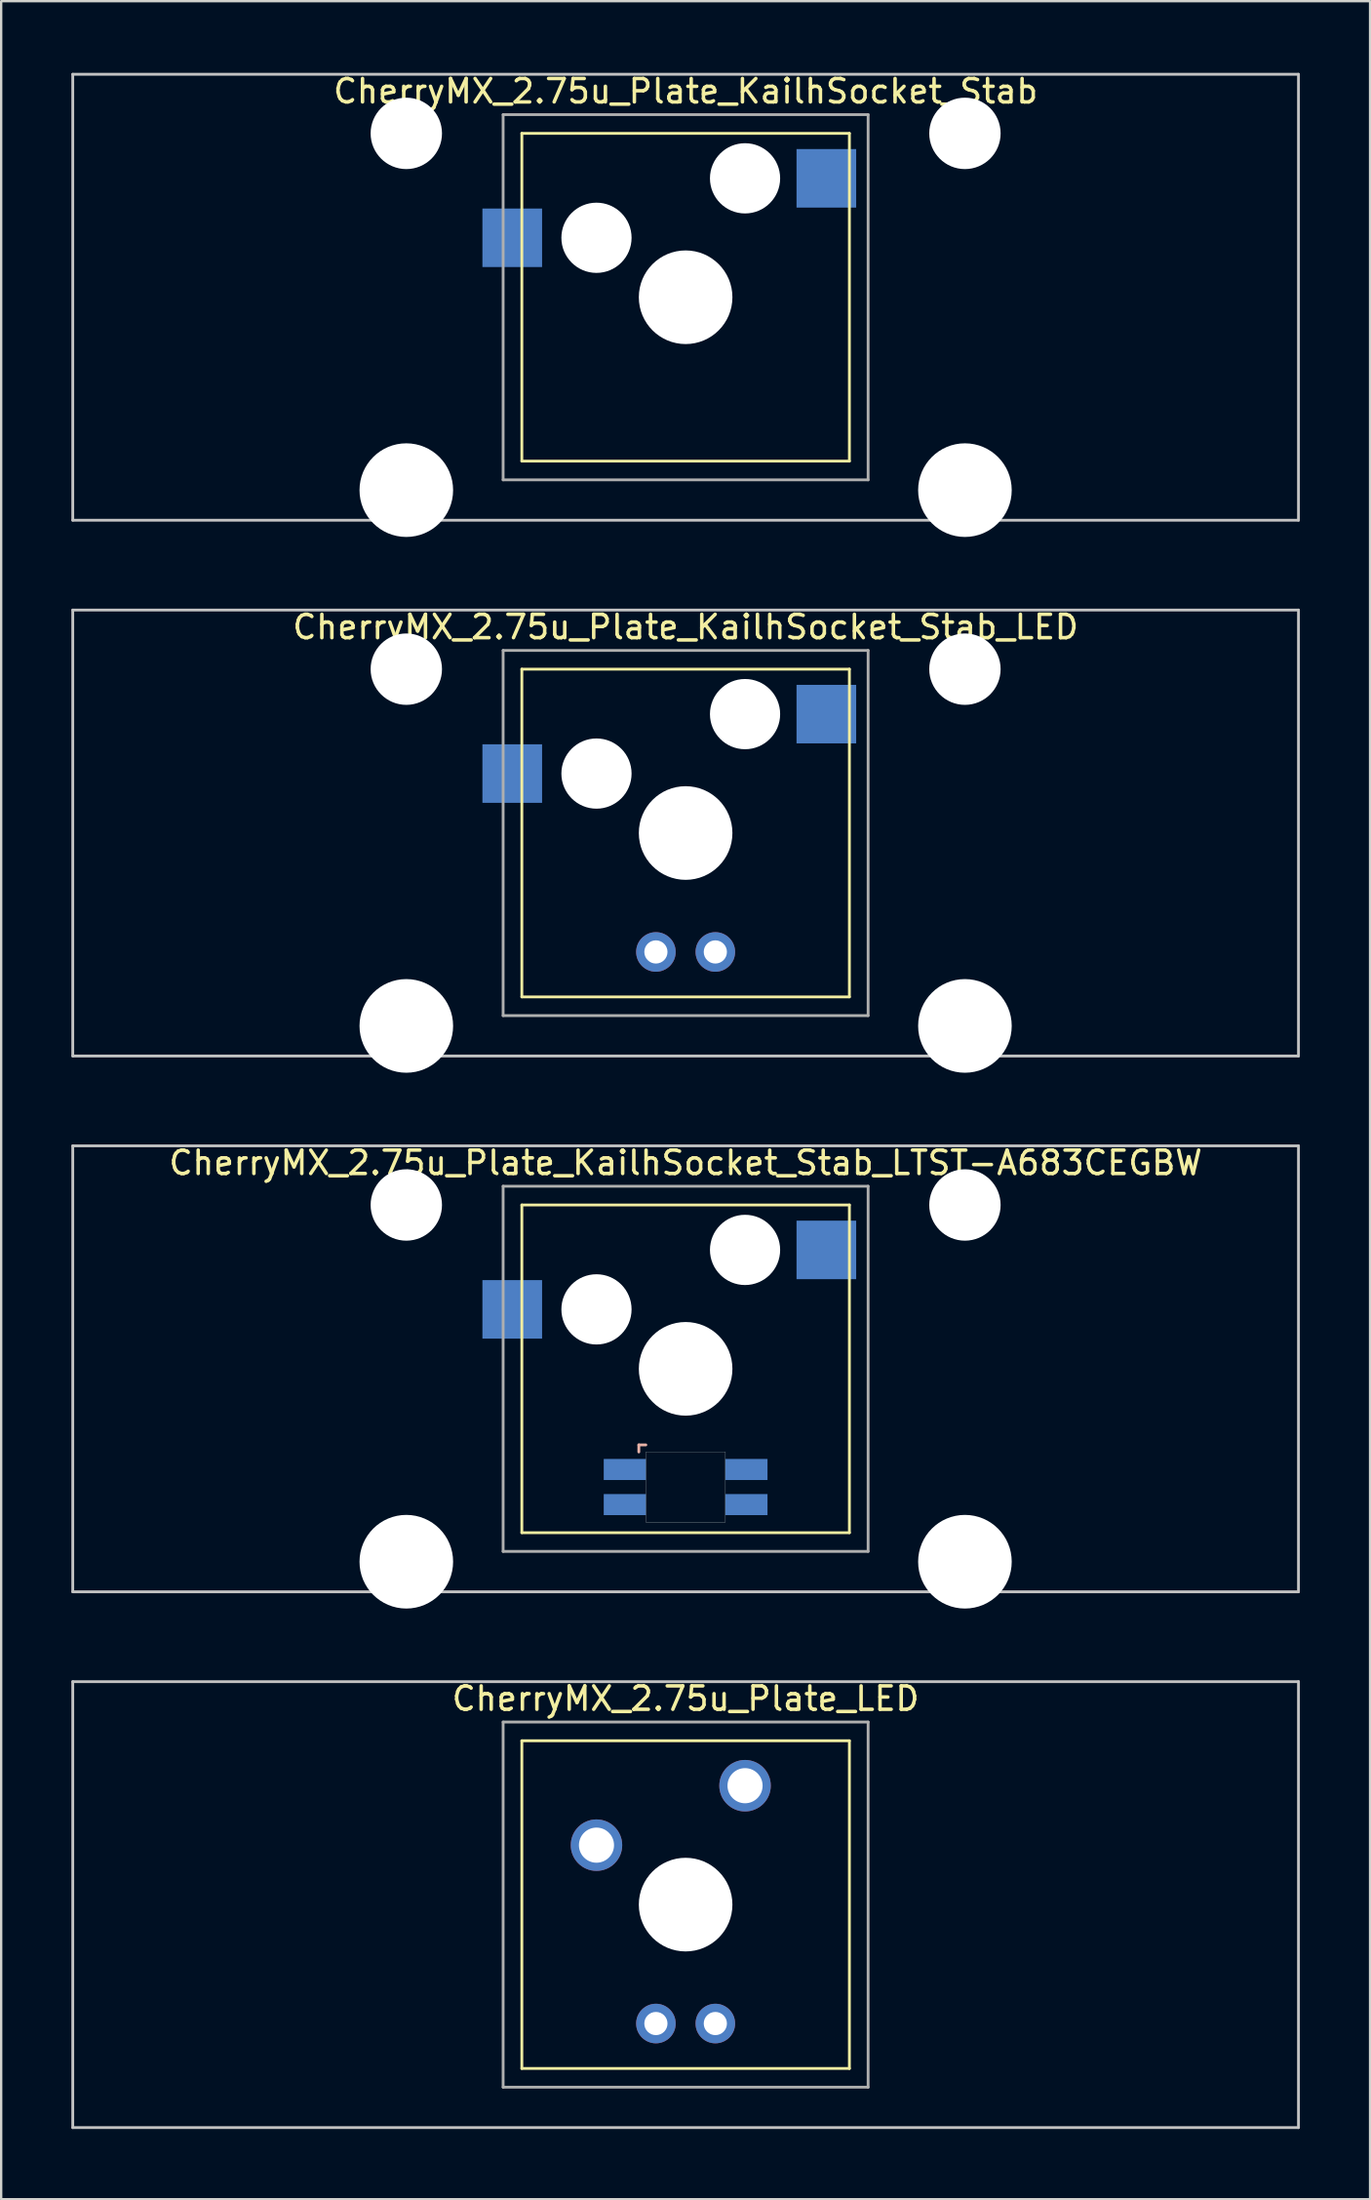
<source format=kicad_pcb>
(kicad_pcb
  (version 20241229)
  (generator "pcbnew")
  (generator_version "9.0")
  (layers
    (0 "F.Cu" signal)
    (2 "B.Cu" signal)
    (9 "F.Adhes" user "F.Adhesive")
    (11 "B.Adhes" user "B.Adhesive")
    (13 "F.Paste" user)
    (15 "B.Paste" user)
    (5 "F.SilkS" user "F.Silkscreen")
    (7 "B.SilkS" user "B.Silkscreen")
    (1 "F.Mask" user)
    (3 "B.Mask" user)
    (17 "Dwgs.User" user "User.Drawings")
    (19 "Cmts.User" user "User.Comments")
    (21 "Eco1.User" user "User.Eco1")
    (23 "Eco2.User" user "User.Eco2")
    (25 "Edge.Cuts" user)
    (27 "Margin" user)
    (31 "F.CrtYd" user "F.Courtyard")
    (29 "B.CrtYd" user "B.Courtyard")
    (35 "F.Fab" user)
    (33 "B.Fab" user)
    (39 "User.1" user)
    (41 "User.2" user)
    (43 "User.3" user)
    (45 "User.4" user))
  (footprint "CherryMX_2.75u_Plate_KailhSocket_Stab"
    (layer "F.Cu")
    (at 26.254 9.648)
    (property "Reference" "CherryMX_2.75u_Plate_KailhSocket_Stab" (at 0 -8.8 0) (layer "F.SilkS") (effects (font (size 1 1) (thickness 0.15))))
    (attr through_hole)
    (fp_line (start -7 -7) (end -7 7) (stroke (width 0.12) (type solid)) (layer "F.SilkS"))
    (fp_line (start -7 -7) (end 7 -7) (stroke (width 0.12) (type solid)) (layer "F.SilkS"))
    (fp_line (start 7 -7) (end 7 7) (stroke (width 0.12) (type solid)) (layer "F.SilkS"))
    (fp_line (start 7 7) (end -7 7) (stroke (width 0.12) (type solid)) (layer "F.SilkS"))
    (fp_line (start -26.194 -9.525) (end 26.194 -9.525) (stroke (width 0.12) (type solid)) (layer "Dwgs.User"))
    (fp_line (start -26.194 9.525) (end -26.194 -9.525) (stroke (width 0.12) (type solid)) (layer "Dwgs.User"))
    (fp_line (start 26.194 -9.525) (end 26.194 9.525) (stroke (width 0.12) (type solid)) (layer "Dwgs.User"))
    (fp_line (start 26.194 9.525) (end -26.194 9.525) (stroke (width 0.12) (type solid)) (layer "Dwgs.User"))
    (fp_line (start -7.8 -7.8) (end -7.8 7.8) (stroke (width 0.12) (type solid)) (layer "F.Fab"))
    (fp_line (start -7.8 -7.8) (end 7.8 -7.8) (stroke (width 0.12) (type solid)) (layer "F.Fab"))
    (fp_line (start -7.8 7.8) (end 7.8 7.8) (stroke (width 0.12) (type solid)) (layer "F.Fab"))
    (fp_line (start 7.8 -7.8) (end 7.8 7.8) (stroke (width 0.12) (type solid)) (layer "F.Fab"))
    (pad "" np_thru_hole circle (at -11.938 -7) (size 3.05 3.05) (drill 3.05) (layers "*.Cu" "*.Mask"))
    (pad "" np_thru_hole circle (at -11.938 8.24) (size 4 4) (drill 4) (layers "*.Cu" "*.Mask"))
    (pad "" np_thru_hole circle (at -3.81 -2.54) (size 3 3) (drill 3) (layers "*.Cu" "*.Mask"))
    (pad "" np_thru_hole circle (at 0 0) (size 4 4) (drill 4) (layers "*.Cu" "*.Mask"))
    (pad "" np_thru_hole circle (at 2.54 -5.08) (size 3 3) (drill 3) (layers "*.Cu" "*.Mask"))
    (pad "" np_thru_hole circle (at 11.938 -7) (size 3.05 3.05) (drill 3.05) (layers "*.Cu" "*.Mask"))
    (pad "" np_thru_hole circle (at 11.938 8.24) (size 4 4) (drill 4) (layers "*.Cu" "*.Mask"))
    (pad "1" smd rect (at -7.41 -2.54) (size 2.55 2.5) (layers "B.Cu" "B.Mask" "B.Paste"))
    (pad "2" smd rect (at 6.015 -5.08) (size 2.55 2.5) (layers "B.Cu" "B.Mask" "B.Paste")))
  (footprint "CherryMX_2.75u_Plate_KailhSocket_Stab_LTST-A683CEGBW"
    (layer "F.Cu")
    (at 26.254 55.425)
    (property "Reference" "CherryMX_2.75u_Plate_KailhSocket_Stab_LTST-A683CEGBW" (at 0 -8.8 0) (layer "F.SilkS") (effects (font (size 1 1) (thickness 0.15))))
    (attr through_hole)
    (fp_line (start -7 -7) (end -7 7) (stroke (width 0.12) (type solid)) (layer "F.SilkS"))
    (fp_line (start -7 -7) (end 7 -7) (stroke (width 0.12) (type solid)) (layer "F.SilkS"))
    (fp_line (start 7 -7) (end 7 7) (stroke (width 0.12) (type solid)) (layer "F.SilkS"))
    (fp_line (start 7 7) (end -7 7) (stroke (width 0.12) (type solid)) (layer "F.SilkS"))
    (fp_line (start -2 3.25) (end -2 3.55) (stroke (width 0.12) (type solid)) (layer "B.SilkS"))
    (fp_line (start -1.7 3.25) (end -2 3.25) (stroke (width 0.12) (type solid)) (layer "B.SilkS"))
    (fp_line (start -26.194 -9.525) (end 26.194 -9.525) (stroke (width 0.12) (type solid)) (layer "Dwgs.User"))
    (fp_line (start -26.194 9.525) (end -26.194 -9.525) (stroke (width 0.12) (type solid)) (layer "Dwgs.User"))
    (fp_line (start 26.194 -9.525) (end 26.194 9.525) (stroke (width 0.12) (type solid)) (layer "Dwgs.User"))
    (fp_line (start 26.194 9.525) (end -26.194 9.525) (stroke (width 0.12) (type solid)) (layer "Dwgs.User"))
    (fp_poly (pts (xy 1.7 6.55) (xy -1.7 6.55) (xy -1.7 3.55) (xy 1.7 3.55)) (stroke (width 0.01) (type solid)) (fill no) (layer "Edge.Cuts"))
    (fp_line (start -7.8 -7.8) (end -7.8 7.8) (stroke (width 0.12) (type solid)) (layer "F.Fab"))
    (fp_line (start -7.8 -7.8) (end 7.8 -7.8) (stroke (width 0.12) (type solid)) (layer "F.Fab"))
    (fp_line (start -7.8 7.8) (end 7.8 7.8) (stroke (width 0.12) (type solid)) (layer "F.Fab"))
    (fp_line (start 7.8 -7.8) (end 7.8 7.8) (stroke (width 0.12) (type solid)) (layer "F.Fab"))
    (pad "" np_thru_hole circle (at -11.938 -7) (size 3.05 3.05) (drill 3.05) (layers "*.Cu" "*.Mask"))
    (pad "" np_thru_hole circle (at -11.938 8.24) (size 4 4) (drill 4) (layers "*.Cu" "*.Mask"))
    (pad "" np_thru_hole circle (at -3.81 -2.54) (size 3 3) (drill 3) (layers "*.Cu" "*.Mask"))
    (pad "" np_thru_hole circle (at 0 0) (size 4 4) (drill 4) (layers "*.Cu" "*.Mask"))
    (pad "" np_thru_hole circle (at 2.54 -5.08) (size 3 3) (drill 3) (layers "*.Cu" "*.Mask"))
    (pad "" np_thru_hole circle (at 11.938 -7) (size 3.05 3.05) (drill 3.05) (layers "*.Cu" "*.Mask"))
    (pad "" np_thru_hole circle (at 11.938 8.24) (size 4 4) (drill 4) (layers "*.Cu" "*.Mask"))
    (pad "1" smd rect (at -7.41 -2.54) (size 2.55 2.5) (layers "B.Cu" "B.Mask" "B.Paste"))
    (pad "2" smd rect (at 6.015 -5.08) (size 2.55 2.5) (layers "B.Cu" "B.Mask" "B.Paste"))
    (pad "3" smd rect (at -2.6 4.3) (size 1.8 0.9) (layers "B.Cu" "B.Mask" "B.Paste"))
    (pad "4" smd rect (at -2.6 5.8) (size 1.8 0.9) (layers "B.Cu" "B.Mask" "B.Paste"))
    (pad "5" smd rect (at 2.6 4.3) (size 1.8 0.9) (layers "B.Cu" "B.Mask" "B.Paste"))
    (pad "6" smd rect (at 2.6 5.8) (size 1.8 0.9) (layers "B.Cu" "B.Mask" "B.Paste")))
  (footprint "CherryMX_2.75u_Plate_KailhSocket_Stab_LED"
    (layer "F.Cu")
    (at 26.254 32.536)
    (property "Reference" "CherryMX_2.75u_Plate_KailhSocket_Stab_LED" (at 0 -8.8 0) (layer "F.SilkS") (effects (font (size 1 1) (thickness 0.15))))
    (attr through_hole)
    (fp_line (start -7 -7) (end -7 7) (stroke (width 0.12) (type solid)) (layer "F.SilkS"))
    (fp_line (start -7 -7) (end 7 -7) (stroke (width 0.12) (type solid)) (layer "F.SilkS"))
    (fp_line (start 7 -7) (end 7 7) (stroke (width 0.12) (type solid)) (layer "F.SilkS"))
    (fp_line (start 7 7) (end -7 7) (stroke (width 0.12) (type solid)) (layer "F.SilkS"))
    (fp_line (start -26.194 -9.525) (end 26.194 -9.525) (stroke (width 0.12) (type solid)) (layer "Dwgs.User"))
    (fp_line (start -26.194 9.525) (end -26.194 -9.525) (stroke (width 0.12) (type solid)) (layer "Dwgs.User"))
    (fp_line (start 26.194 -9.525) (end 26.194 9.525) (stroke (width 0.12) (type solid)) (layer "Dwgs.User"))
    (fp_line (start 26.194 9.525) (end -26.194 9.525) (stroke (width 0.12) (type solid)) (layer "Dwgs.User"))
    (fp_line (start -7.8 -7.8) (end -7.8 7.8) (stroke (width 0.12) (type solid)) (layer "F.Fab"))
    (fp_line (start -7.8 -7.8) (end 7.8 -7.8) (stroke (width 0.12) (type solid)) (layer "F.Fab"))
    (fp_line (start -7.8 7.8) (end 7.8 7.8) (stroke (width 0.12) (type solid)) (layer "F.Fab"))
    (fp_line (start 7.8 -7.8) (end 7.8 7.8) (stroke (width 0.12) (type solid)) (layer "F.Fab"))
    (pad "" np_thru_hole circle (at -11.938 -7) (size 3.05 3.05) (drill 3.05) (layers "*.Cu" "*.Mask"))
    (pad "" np_thru_hole circle (at -11.938 8.24) (size 4 4) (drill 4) (layers "*.Cu" "*.Mask"))
    (pad "" np_thru_hole circle (at -3.81 -2.54) (size 3 3) (drill 3) (layers "*.Cu" "*.Mask"))
    (pad "" np_thru_hole circle (at 0 0) (size 4 4) (drill 4) (layers "*.Cu" "*.Mask"))
    (pad "" np_thru_hole circle (at 2.54 -5.08) (size 3 3) (drill 3) (layers "*.Cu" "*.Mask"))
    (pad "" np_thru_hole circle (at 11.938 -7) (size 3.05 3.05) (drill 3.05) (layers "*.Cu" "*.Mask"))
    (pad "" np_thru_hole circle (at 11.938 8.24) (size 4 4) (drill 4) (layers "*.Cu" "*.Mask"))
    (pad "1" smd rect (at -7.41 -2.54) (size 2.55 2.5) (layers "B.Cu" "B.Mask" "B.Paste"))
    (pad "2" smd rect (at 6.015 -5.08) (size 2.55 2.5) (layers "B.Cu" "B.Mask" "B.Paste"))
    (pad "3" thru_hole circle (at -1.27 5.08) (size 1.691 1.691) (drill 0.991) (layers "*.Cu" "*.Mask"))
    (pad "4" thru_hole circle (at 1.27 5.08) (size 1.691 1.691) (drill 0.991) (layers "*.Cu" "*.Mask")))
  (footprint "CherryMX_2.75u_Plate_LED"
    (layer "F.Cu")
    (at 26.254 78.313)
    (property "Reference" "CherryMX_2.75u_Plate_LED" (at 0 -8.8 0) (layer "F.SilkS") (effects (font (size 1 1) (thickness 0.15))))
    (attr through_hole)
    (fp_line (start -7 -7) (end -7 7) (stroke (width 0.12) (type solid)) (layer "F.SilkS"))
    (fp_line (start -7 -7) (end 7 -7) (stroke (width 0.12) (type solid)) (layer "F.SilkS"))
    (fp_line (start 7 -7) (end 7 7) (stroke (width 0.12) (type solid)) (layer "F.SilkS"))
    (fp_line (start 7 7) (end -7 7) (stroke (width 0.12) (type solid)) (layer "F.SilkS"))
    (fp_line (start -26.194 -9.525) (end 26.194 -9.525) (stroke (width 0.12) (type solid)) (layer "Dwgs.User"))
    (fp_line (start -26.194 9.525) (end -26.194 -9.525) (stroke (width 0.12) (type solid)) (layer "Dwgs.User"))
    (fp_line (start 26.194 -9.525) (end 26.194 9.525) (stroke (width 0.12) (type solid)) (layer "Dwgs.User"))
    (fp_line (start 26.194 9.525) (end -26.194 9.525) (stroke (width 0.12) (type solid)) (layer "Dwgs.User"))
    (fp_line (start -7.8 -7.8) (end -7.8 7.8) (stroke (width 0.12) (type solid)) (layer "F.Fab"))
    (fp_line (start -7.8 -7.8) (end 7.8 -7.8) (stroke (width 0.12) (type solid)) (layer "F.Fab"))
    (fp_line (start -7.8 7.8) (end 7.8 7.8) (stroke (width 0.12) (type solid)) (layer "F.Fab"))
    (fp_line (start 7.8 -7.8) (end 7.8 7.8) (stroke (width 0.12) (type solid)) (layer "F.Fab"))
    (pad "" np_thru_hole circle (at 0 0) (size 4 4) (drill 4) (layers "*.Cu" "*.Mask"))
    (pad "1" thru_hole circle (at -3.81 -2.54) (size 2.2 2.2) (drill 1.5) (layers "*.Cu" "*.Mask"))
    (pad "2" thru_hole circle (at 2.54 -5.08) (size 2.2 2.2) (drill 1.5) (layers "*.Cu" "*.Mask"))
    (pad "3" thru_hole circle (at -1.27 5.08) (size 1.691 1.691) (drill 0.991) (layers "*.Cu" "*.Mask"))
    (pad "4" thru_hole circle (at 1.27 5.08) (size 1.691 1.691) (drill 0.991) (layers "*.Cu" "*.Mask")))
  (gr_rect
    (start -3 -3)
    (end 55.508 90.898)
    (stroke (width 0.1) (type default))
    (fill no)
    (layer "Edge.Cuts")))
</source>
